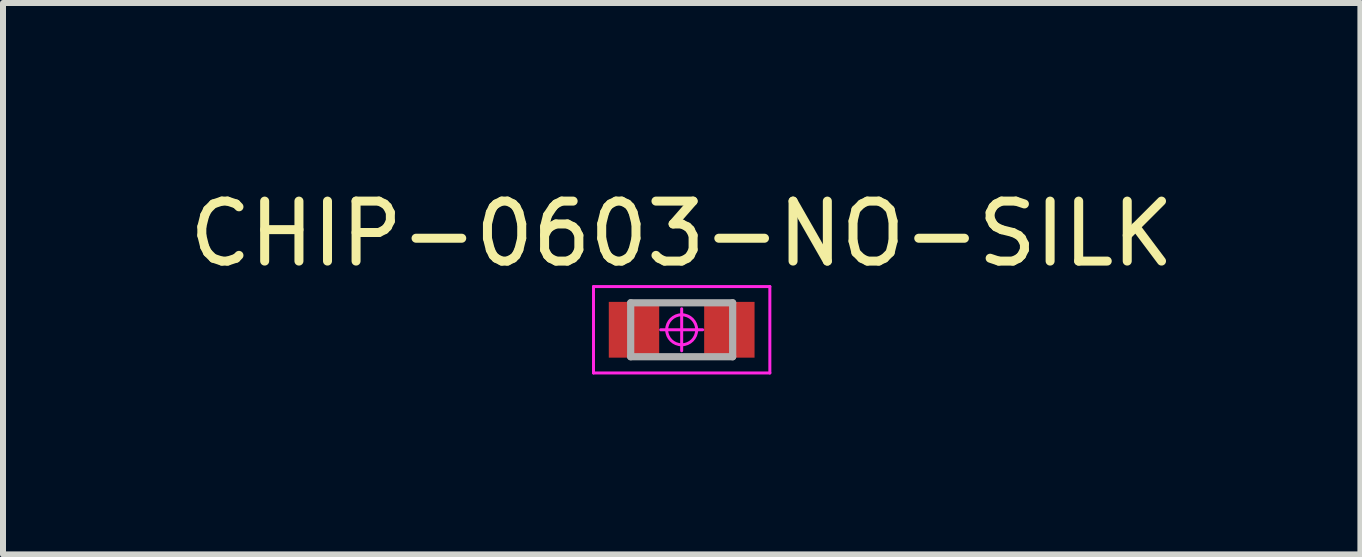
<source format=kicad_pcb>
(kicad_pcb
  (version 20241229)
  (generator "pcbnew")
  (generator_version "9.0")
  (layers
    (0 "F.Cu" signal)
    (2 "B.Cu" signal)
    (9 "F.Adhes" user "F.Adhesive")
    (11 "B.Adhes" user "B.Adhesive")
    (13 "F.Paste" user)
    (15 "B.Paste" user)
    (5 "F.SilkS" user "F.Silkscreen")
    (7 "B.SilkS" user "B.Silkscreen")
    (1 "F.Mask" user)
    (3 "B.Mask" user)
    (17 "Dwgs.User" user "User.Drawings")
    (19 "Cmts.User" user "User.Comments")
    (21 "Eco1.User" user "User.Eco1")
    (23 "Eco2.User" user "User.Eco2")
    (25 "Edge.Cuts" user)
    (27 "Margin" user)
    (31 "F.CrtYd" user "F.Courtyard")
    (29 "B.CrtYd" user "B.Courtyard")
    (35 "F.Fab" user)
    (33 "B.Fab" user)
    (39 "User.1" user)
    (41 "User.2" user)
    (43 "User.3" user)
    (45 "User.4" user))
  (footprint "CHIP-0603-NO-SILK"
    (layer "F.Cu")
    (at 8.315 2.448)
    (property "Reference" "CHIP-0603-NO-SILK" (at 0 -1.6 0) (layer "F.SilkS") (effects (font (size 1 1) (thickness 0.15))))
    (attr through_hole)
    (fp_line (start -1.47 -0.72) (end -1.47 0.72) (stroke (width 0.05) (type solid)) (layer "F.CrtYd"))
    (fp_line (start -1.47 0.72) (end 1.47 0.72) (stroke (width 0.05) (type solid)) (layer "F.CrtYd"))
    (fp_line (start 0 -0.35) (end 0 0.35) (stroke (width 0.05) (type solid)) (layer "F.CrtYd"))
    (fp_line (start 0.35 0) (end -0.35 0) (stroke (width 0.05) (type solid)) (layer "F.CrtYd"))
    (fp_line (start 1.47 -0.72) (end -1.47 -0.72) (stroke (width 0.05) (type solid)) (layer "F.CrtYd"))
    (fp_line (start 1.47 0.72) (end 1.47 -0.72) (stroke (width 0.05) (type solid)) (layer "F.CrtYd"))
    (fp_circle (center 0 0) (end -0.25 0) (stroke (width 0.05) (type solid)) (fill no) (layer "F.CrtYd"))
    (fp_line (start -0.85 -0.45) (end -0.85 0.45) (stroke (width 0.12) (type solid)) (layer "F.Fab"))
    (fp_line (start -0.85 0.45) (end 0.85 0.45) (stroke (width 0.12) (type solid)) (layer "F.Fab"))
    (fp_line (start 0.85 -0.45) (end -0.85 -0.45) (stroke (width 0.12) (type solid)) (layer "F.Fab"))
    (fp_line (start 0.85 0.45) (end 0.85 -0.45) (stroke (width 0.12) (type solid)) (layer "F.Fab"))
    (pad "1" smd rect (at -0.795 0) (size 0.84 0.93) (layers "F.Cu" "F.Mask" "F.Paste"))
    (pad "2" smd rect (at 0.795 0) (size 0.84 0.93) (layers "F.Cu" "F.Mask" "F.Paste")))
  (gr_rect
    (start -3 -3)
    (end 19.631 6.193)
    (stroke (width 0.1) (type default))
    (fill no)
    (layer "Edge.Cuts")))
</source>
